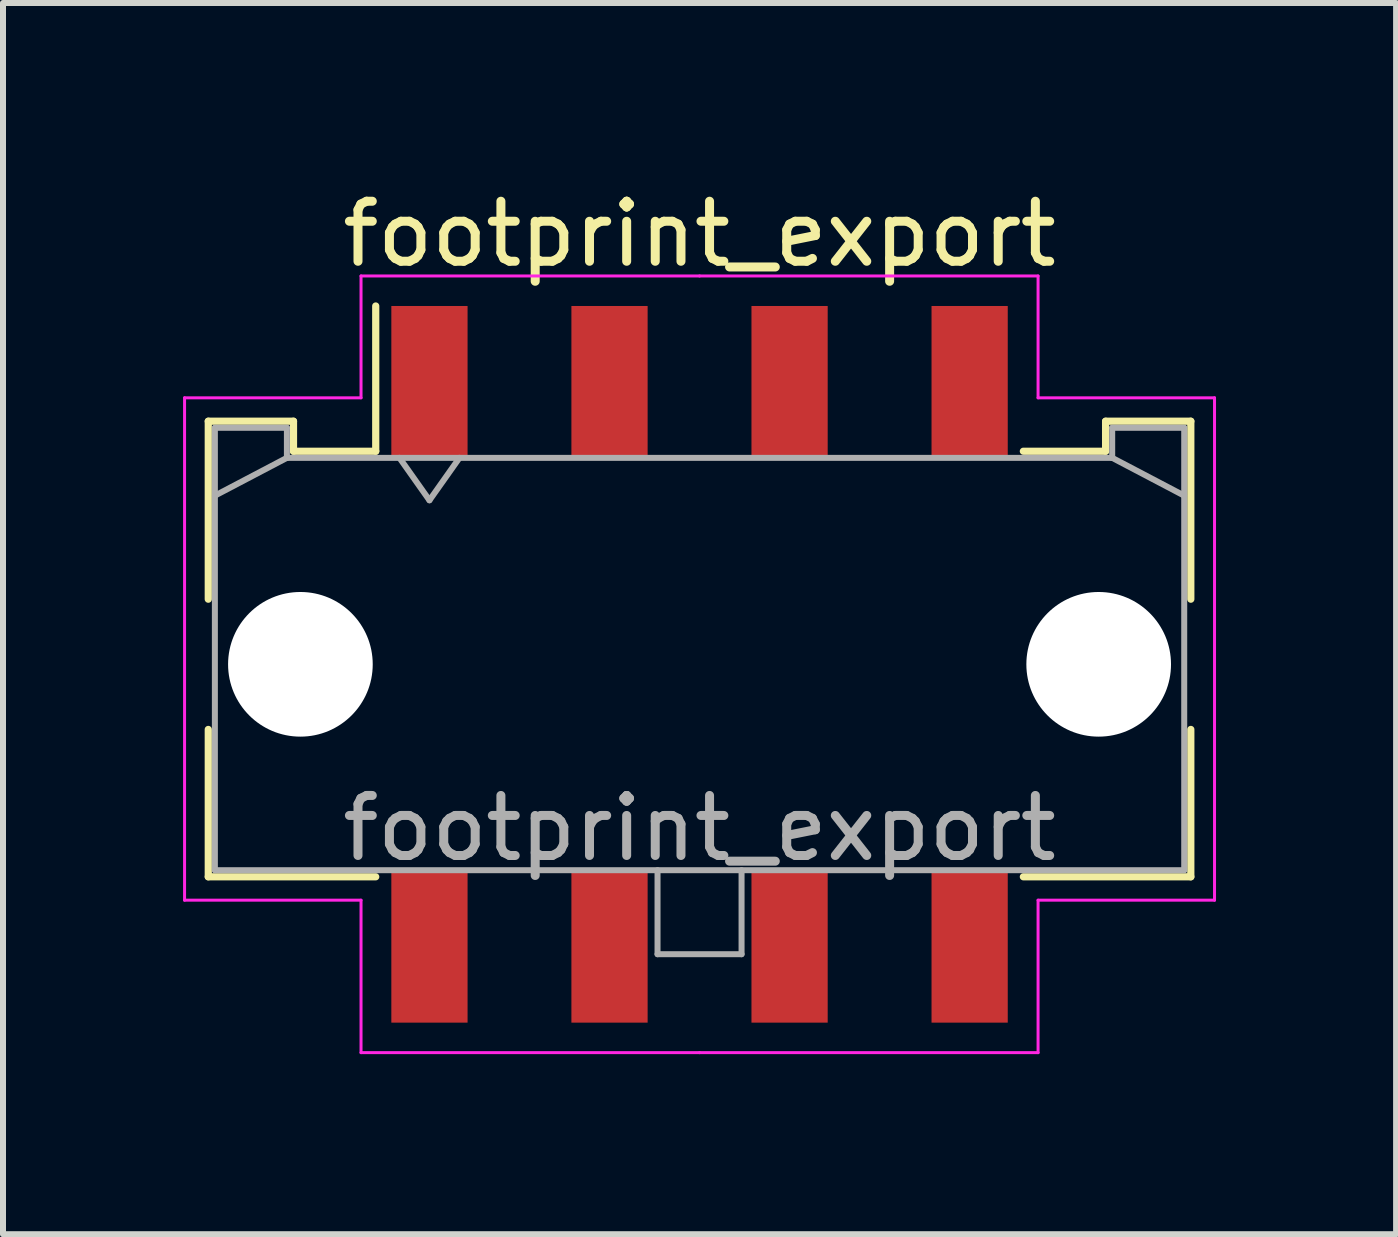
<source format=kicad_pcb>
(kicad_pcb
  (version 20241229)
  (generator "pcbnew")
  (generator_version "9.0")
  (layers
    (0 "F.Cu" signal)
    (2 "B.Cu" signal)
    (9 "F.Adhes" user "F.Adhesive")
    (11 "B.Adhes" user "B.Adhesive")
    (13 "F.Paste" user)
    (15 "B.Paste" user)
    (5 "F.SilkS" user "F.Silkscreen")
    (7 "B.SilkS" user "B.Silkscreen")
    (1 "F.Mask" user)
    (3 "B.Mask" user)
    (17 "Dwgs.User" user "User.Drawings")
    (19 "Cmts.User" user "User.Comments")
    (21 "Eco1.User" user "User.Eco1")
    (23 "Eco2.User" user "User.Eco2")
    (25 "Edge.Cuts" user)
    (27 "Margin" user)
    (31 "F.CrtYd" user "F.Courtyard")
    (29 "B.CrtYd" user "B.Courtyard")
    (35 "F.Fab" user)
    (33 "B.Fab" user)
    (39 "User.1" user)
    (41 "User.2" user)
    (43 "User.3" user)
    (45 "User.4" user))
  (footprint "footprint_export"
    (layer "F.Cu")
    (at 8.605 8.018)
    (property "Reference" "footprint_export" (at 0 -7.17 0) (layer "F.SilkS") (effects (font (size 1 1) (thickness 0.15))))
    (attr smd)
    (fp_line (start -8.185 -4.05) (end -6.765 -4.05) (stroke (width 0.12) (type solid)) (layer "F.SilkS"))
    (fp_line (start -8.185 -1.085) (end -8.185 -4.05) (stroke (width 0.12) (type solid)) (layer "F.SilkS"))
    (fp_line (start -8.185 1.085) (end -8.185 3.54) (stroke (width 0.12) (type solid)) (layer "F.SilkS"))
    (fp_line (start -8.185 3.54) (end -5.395 3.54) (stroke (width 0.12) (type solid)) (layer "F.SilkS"))
    (fp_line (start -6.765 -4.05) (end -6.765 -3.55) (stroke (width 0.12) (type solid)) (layer "F.SilkS"))
    (fp_line (start -6.765 -3.55) (end -5.395 -3.55) (stroke (width 0.12) (type solid)) (layer "F.SilkS"))
    (fp_line (start -5.395 -3.55) (end -5.395 -5.97) (stroke (width 0.12) (type solid)) (layer "F.SilkS"))
    (fp_line (start 6.765 -4.05) (end 6.765 -3.55) (stroke (width 0.12) (type solid)) (layer "F.SilkS"))
    (fp_line (start 6.765 -3.55) (end 5.395 -3.55) (stroke (width 0.12) (type solid)) (layer "F.SilkS"))
    (fp_line (start 8.185 -4.05) (end 6.765 -4.05) (stroke (width 0.12) (type solid)) (layer "F.SilkS"))
    (fp_line (start 8.185 -1.085) (end 8.185 -4.05) (stroke (width 0.12) (type solid)) (layer "F.SilkS"))
    (fp_line (start 8.185 1.085) (end 8.185 3.54) (stroke (width 0.12) (type solid)) (layer "F.SilkS"))
    (fp_line (start 8.185 3.54) (end 5.395 3.54) (stroke (width 0.12) (type solid)) (layer "F.SilkS"))
    (fp_line (start -8.58 -4.44) (end -8.58 3.93) (stroke (width 0.05) (type solid)) (layer "F.CrtYd"))
    (fp_line (start -8.58 3.93) (end -5.64 3.93) (stroke (width 0.05) (type solid)) (layer "F.CrtYd"))
    (fp_line (start -5.64 -6.47) (end -5.64 -4.44) (stroke (width 0.05) (type solid)) (layer "F.CrtYd"))
    (fp_line (start -5.64 -4.44) (end -8.58 -4.44) (stroke (width 0.05) (type solid)) (layer "F.CrtYd"))
    (fp_line (start -5.64 3.93) (end -5.64 6.47) (stroke (width 0.05) (type solid)) (layer "F.CrtYd"))
    (fp_line (start -5.64 6.47) (end 0 6.47) (stroke (width 0.05) (type solid)) (layer "F.CrtYd"))
    (fp_line (start 0 -6.47) (end -5.64 -6.47) (stroke (width 0.05) (type solid)) (layer "F.CrtYd"))
    (fp_line (start 0 -6.47) (end 5.64 -6.47) (stroke (width 0.05) (type solid)) (layer "F.CrtYd"))
    (fp_line (start 5.64 -6.47) (end 5.64 -4.44) (stroke (width 0.05) (type solid)) (layer "F.CrtYd"))
    (fp_line (start 5.64 -4.44) (end 8.58 -4.44) (stroke (width 0.05) (type solid)) (layer "F.CrtYd"))
    (fp_line (start 5.64 3.93) (end 5.64 6.47) (stroke (width 0.05) (type solid)) (layer "F.CrtYd"))
    (fp_line (start 5.64 6.47) (end 0 6.47) (stroke (width 0.05) (type solid)) (layer "F.CrtYd"))
    (fp_line (start 8.58 -4.44) (end 8.58 3.93) (stroke (width 0.05) (type solid)) (layer "F.CrtYd"))
    (fp_line (start 8.58 3.93) (end 5.64 3.93) (stroke (width 0.05) (type solid)) (layer "F.CrtYd"))
    (fp_line (start -8.075 -3.94) (end -8.075 3.43) (stroke (width 0.1) (type solid)) (layer "F.Fab"))
    (fp_line (start -8.075 -2.81) (end -6.875 -3.44) (stroke (width 0.1) (type solid)) (layer "F.Fab"))
    (fp_line (start -8.075 3.43) (end 8.075 3.43) (stroke (width 0.1) (type solid)) (layer "F.Fab"))
    (fp_line (start -6.875 -3.94) (end -8.075 -3.94) (stroke (width 0.1) (type solid)) (layer "F.Fab"))
    (fp_line (start -6.875 -3.44) (end -6.875 -3.94) (stroke (width 0.1) (type solid)) (layer "F.Fab"))
    (fp_line (start -5 -3.44) (end -4.5 -2.733) (stroke (width 0.1) (type solid)) (layer "F.Fab"))
    (fp_line (start -4.5 -2.733) (end -4 -3.44) (stroke (width 0.1) (type solid)) (layer "F.Fab"))
    (fp_line (start -0.7 3.43) (end -0.7 4.83) (stroke (width 0.1) (type solid)) (layer "F.Fab"))
    (fp_line (start -0.7 4.83) (end 0.7 4.83) (stroke (width 0.1) (type solid)) (layer "F.Fab"))
    (fp_line (start 0.7 4.83) (end 0.7 3.43) (stroke (width 0.1) (type solid)) (layer "F.Fab"))
    (fp_line (start 6.875 -3.94) (end 6.875 -3.44) (stroke (width 0.1) (type solid)) (layer "F.Fab"))
    (fp_line (start 6.875 -3.44) (end -6.875 -3.44) (stroke (width 0.1) (type solid)) (layer "F.Fab"))
    (fp_line (start 8.075 -3.94) (end 6.875 -3.94) (stroke (width 0.1) (type solid)) (layer "F.Fab"))
    (fp_line (start 8.075 -2.81) (end 6.875 -3.44) (stroke (width 0.1) (type solid)) (layer "F.Fab"))
    (fp_line (start 8.075 3.43) (end 8.075 -3.94) (stroke (width 0.1) (type solid)) (layer "F.Fab"))
    (fp_text user "${REFERENCE}" (at 0 2.73 0) (layer "F.Fab") (effects (font (size 1 1) (thickness 0.15))))
    (pad "" np_thru_hole circle (at -6.65 0) (size 2.41 2.41) (drill 2.41) (layers "*.Cu" "*.Mask"))
    (pad "" np_thru_hole circle (at 6.65 0) (size 2.41 2.41) (drill 2.41) (layers "*.Cu" "*.Mask"))
    (pad "1" smd rect (at -4.5 -4.7) (size 1.27 2.54) (layers "F.Cu" "F.Mask" "F.Paste"))
    (pad "2" smd rect (at -1.5 -4.7) (size 1.27 2.54) (layers "F.Cu" "F.Mask" "F.Paste"))
    (pad "3" smd rect (at 1.5 -4.7) (size 1.27 2.54) (layers "F.Cu" "F.Mask" "F.Paste"))
    (pad "4" smd rect (at 4.5 -4.7) (size 1.27 2.54) (layers "F.Cu" "F.Mask" "F.Paste"))
    (pad "5" smd rect (at -4.5 4.7) (size 1.27 2.54) (layers "F.Cu" "F.Mask" "F.Paste"))
    (pad "6" smd rect (at -1.5 4.7) (size 1.27 2.54) (layers "F.Cu" "F.Mask" "F.Paste"))
    (pad "7" smd rect (at 1.5 4.7) (size 1.27 2.54) (layers "F.Cu" "F.Mask" "F.Paste"))
    (pad "8" smd rect (at 4.5 4.7) (size 1.27 2.54) (layers "F.Cu" "F.Mask" "F.Paste")))
  (gr_rect
    (start -3 -3)
    (end 20.21 17.513)
    (stroke (width 0.1) (type default))
    (fill no)
    (layer "Edge.Cuts")))
</source>
